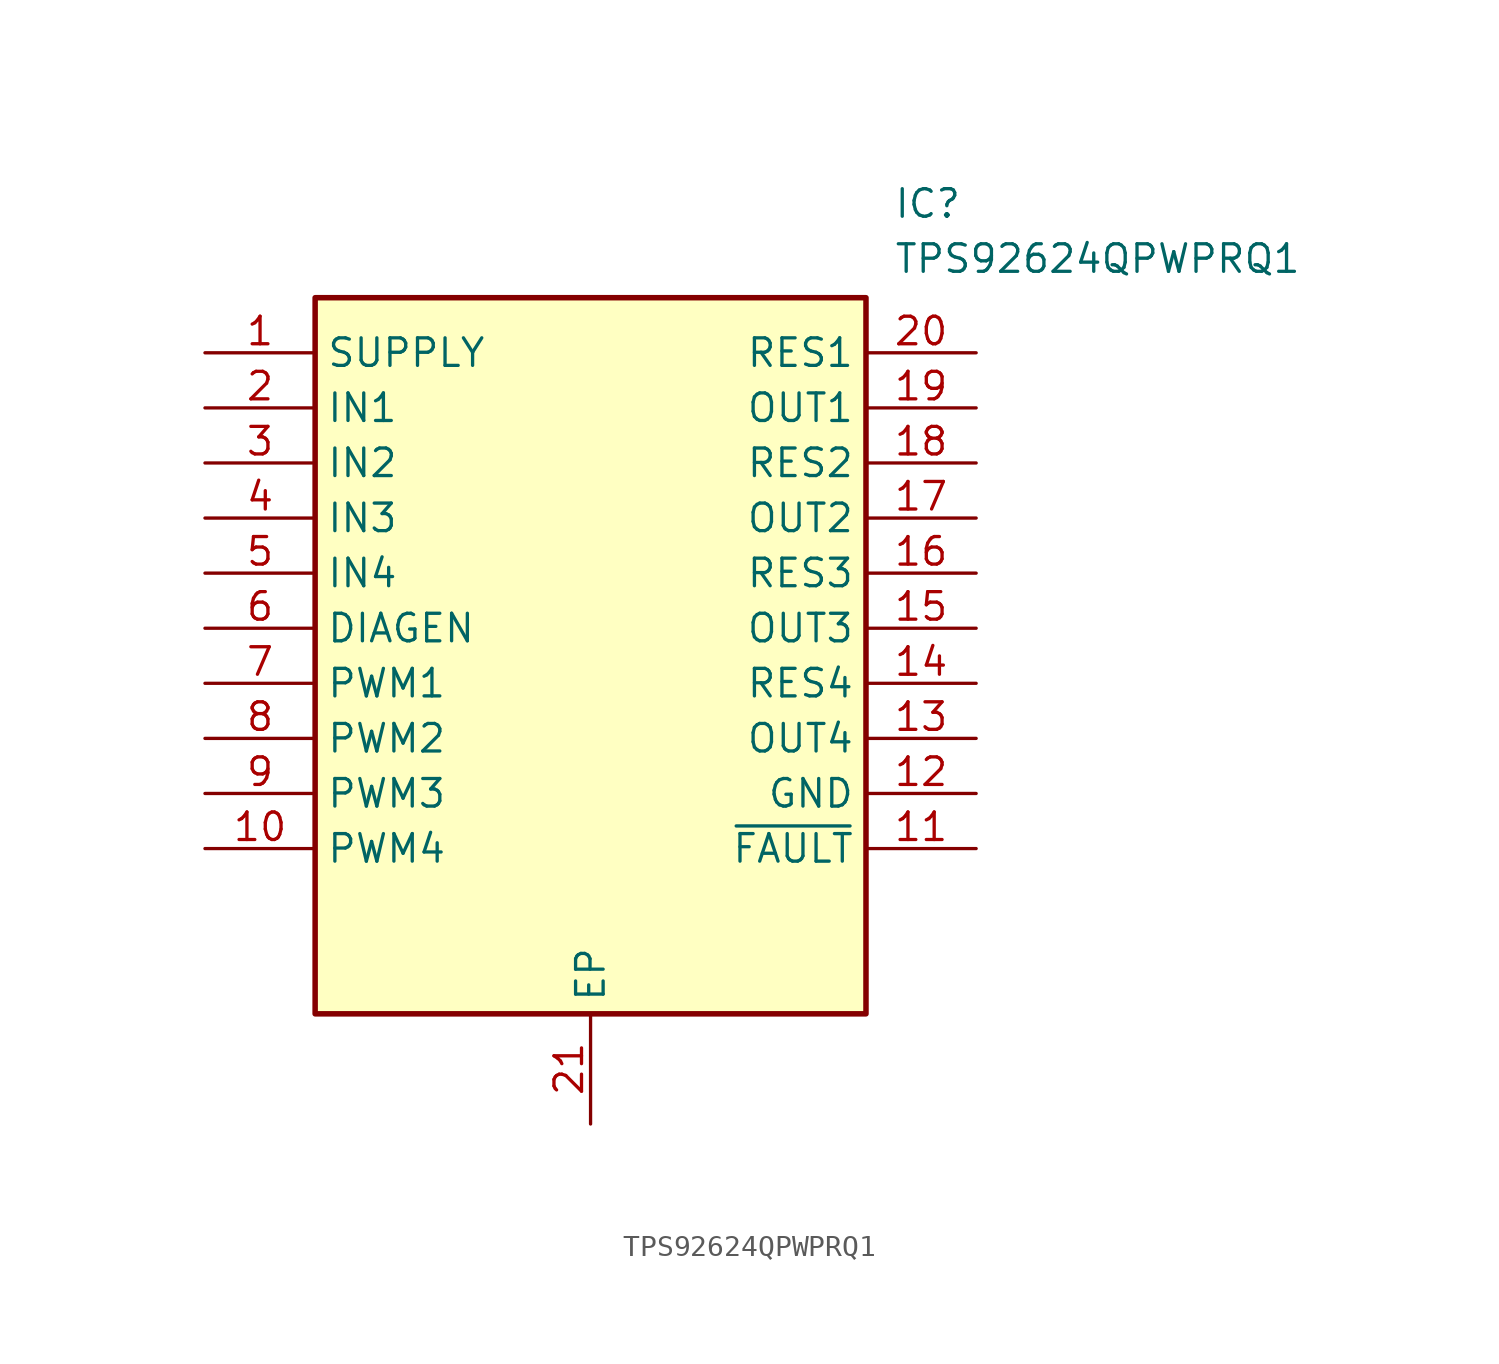
<source format=kicad_sym>
(kicad_symbol_lib
  (version 20241209)
  (generator "kicad_symbol_editor")
  (generator_version "9.0")
  (symbol "TPS92624QPWPRQ1"
    (property "Reference" "IC"
      (at 31.75 7.62 0)
      (effects (font (size 1.27 1.27)) (justify left top)))
    (property "Value" "TPS92624QPWPRQ1"
      (at 31.75 5.08 0)
      (effects (font (size 1.27 1.27)) (justify left top)))
    (symbol "TPS92624QPWPRQ1_1_1"
      (rectangle (start 5.08 2.54) (end 30.48 -30.48) (stroke (width 0.254) (type default)) (fill (type background)))
      (pin passive line (at 0 0 0) (length 5.08) (name "SUPPLY" (effects (font (size 1.27 1.27)))) (number "1" (effects (font (size 1.27 1.27)))))
      (pin passive line (at 0 -2.54 0) (length 5.08) (name "IN1" (effects (font (size 1.27 1.27)))) (number "2" (effects (font (size 1.27 1.27)))))
      (pin passive line (at 0 -5.08 0) (length 5.08) (name "IN2" (effects (font (size 1.27 1.27)))) (number "3" (effects (font (size 1.27 1.27)))))
      (pin passive line (at 0 -7.62 0) (length 5.08) (name "IN3" (effects (font (size 1.27 1.27)))) (number "4" (effects (font (size 1.27 1.27)))))
      (pin passive line (at 0 -10.16 0) (length 5.08) (name "IN4" (effects (font (size 1.27 1.27)))) (number "5" (effects (font (size 1.27 1.27)))))
      (pin passive line (at 0 -12.7 0) (length 5.08) (name "DIAGEN" (effects (font (size 1.27 1.27)))) (number "6" (effects (font (size 1.27 1.27)))))
      (pin passive line (at 0 -15.24 0) (length 5.08) (name "PWM1" (effects (font (size 1.27 1.27)))) (number "7" (effects (font (size 1.27 1.27)))))
      (pin passive line (at 0 -17.78 0) (length 5.08) (name "PWM2" (effects (font (size 1.27 1.27)))) (number "8" (effects (font (size 1.27 1.27)))))
      (pin passive line (at 0 -20.32 0) (length 5.08) (name "PWM3" (effects (font (size 1.27 1.27)))) (number "9" (effects (font (size 1.27 1.27)))))
      (pin passive line (at 0 -22.86 0) (length 5.08) (name "PWM4" (effects (font (size 1.27 1.27)))) (number "10" (effects (font (size 1.27 1.27)))))
      (pin passive line (at 17.78 -35.56 90) (length 5.08) (name "EP" (effects (font (size 1.27 1.27)))) (number "21" (effects (font (size 1.27 1.27)))))
      (pin passive line (at 35.56 0 180) (length 5.08) (name "RES1" (effects (font (size 1.27 1.27)))) (number "20" (effects (font (size 1.27 1.27)))))
      (pin passive line (at 35.56 -2.54 180) (length 5.08) (name "OUT1" (effects (font (size 1.27 1.27)))) (number "19" (effects (font (size 1.27 1.27)))))
      (pin passive line (at 35.56 -5.08 180) (length 5.08) (name "RES2" (effects (font (size 1.27 1.27)))) (number "18" (effects (font (size 1.27 1.27)))))
      (pin passive line (at 35.56 -7.62 180) (length 5.08) (name "OUT2" (effects (font (size 1.27 1.27)))) (number "17" (effects (font (size 1.27 1.27)))))
      (pin passive line (at 35.56 -10.16 180) (length 5.08) (name "RES3" (effects (font (size 1.27 1.27)))) (number "16" (effects (font (size 1.27 1.27)))))
      (pin passive line (at 35.56 -12.7 180) (length 5.08) (name "OUT3" (effects (font (size 1.27 1.27)))) (number "15" (effects (font (size 1.27 1.27)))))
      (pin passive line (at 35.56 -15.24 180) (length 5.08) (name "RES4" (effects (font (size 1.27 1.27)))) (number "14" (effects (font (size 1.27 1.27)))))
      (pin passive line (at 35.56 -17.78 180) (length 5.08) (name "OUT4" (effects (font (size 1.27 1.27)))) (number "13" (effects (font (size 1.27 1.27)))))
      (pin passive line (at 35.56 -20.32 180) (length 5.08) (name "GND" (effects (font (size 1.27 1.27)))) (number "12" (effects (font (size 1.27 1.27)))))
      (pin passive line (at 35.56 -22.86 180) (length 5.08) (name "~{FAULT}" (effects (font (size 1.27 1.27)))) (number "11" (effects (font (size 1.27 1.27))))))))
</source>
